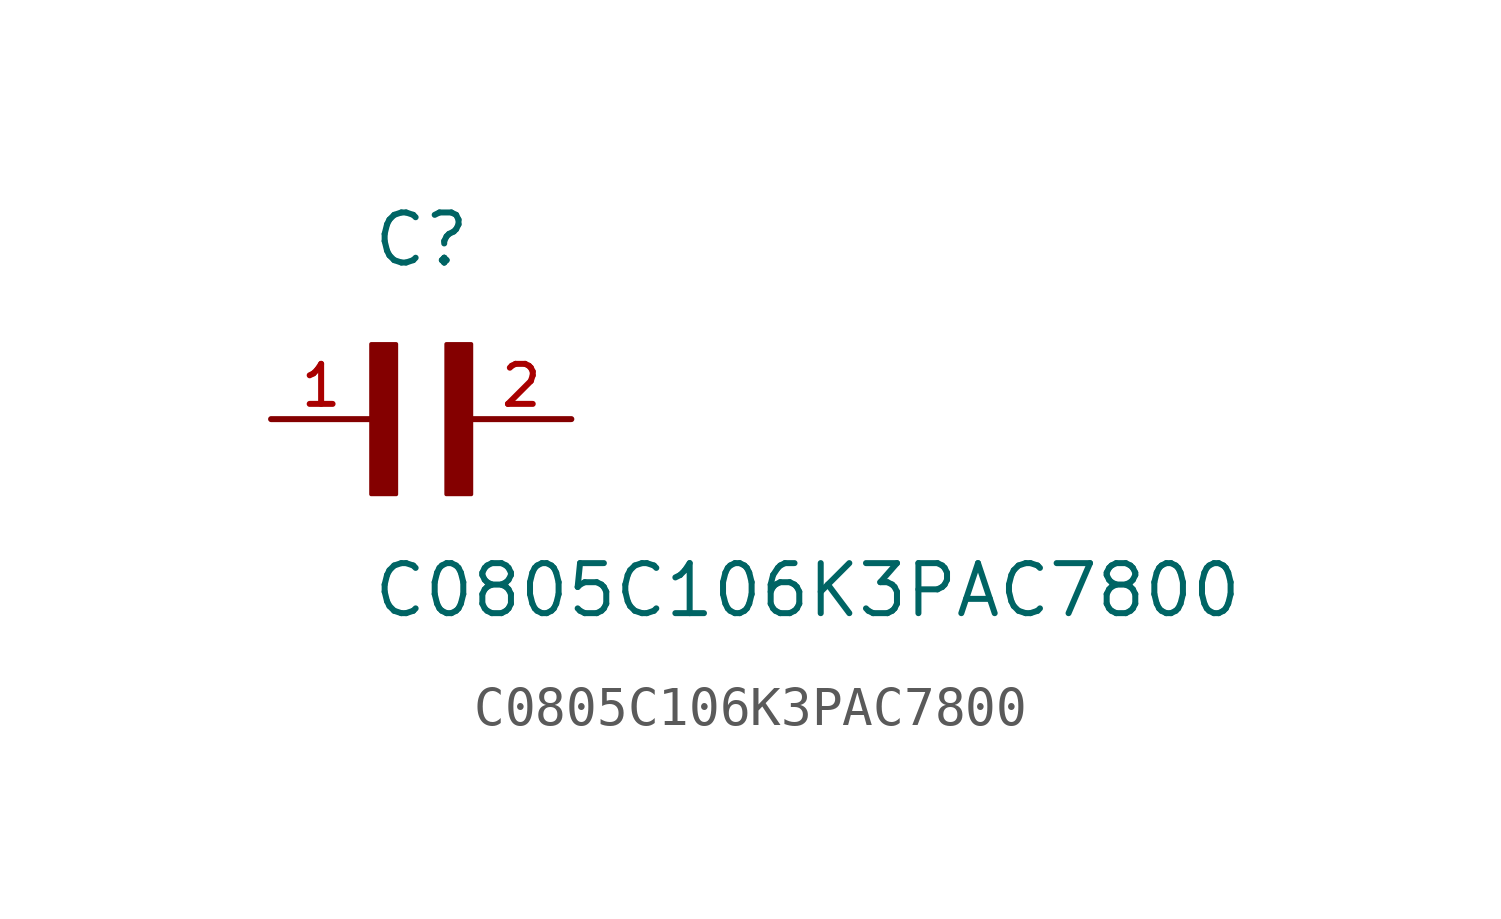
<source format=kicad_sym>
(kicad_symbol_lib
  (version 20211014)
  (generator kicad_symbol_editor)
  (symbol "C0805C106K3PAC7800"
    (pin_names
      (offset 1.016))
    (property "Reference" "C"
      (at 0.0 3.811 0)
      (effects (font (size 1.27 1.27)) (justify bottom left)))
    (property "Value" "C0805C106K3PAC7800"
      (at 0.0 -5.088 0)
      (effects (font (size 1.27 1.27)) (justify bottom left)))
    (symbol "C0805C106K3PAC7800_0_0"
      (rectangle (start 0.0 -1.907) (end 0.635 1.905) (stroke (width 0.1)) (fill (type outline)))
      (rectangle (start 1.907 -1.907) (end 2.54 1.905) (stroke (width 0.1)) (fill (type outline)))
      (pin passive line (at 5.08 0.0 180.0) (length 2.54) (name "~" (effects (font (size 1.016 1.016)))) (number "2" (effects (font (size 1.016 1.016)))))
      (pin passive line (at -2.54 0.0 0) (length 2.54) (name "~" (effects (font (size 1.016 1.016)))) (number "1" (effects (font (size 1.016 1.016))))))))
</source>
